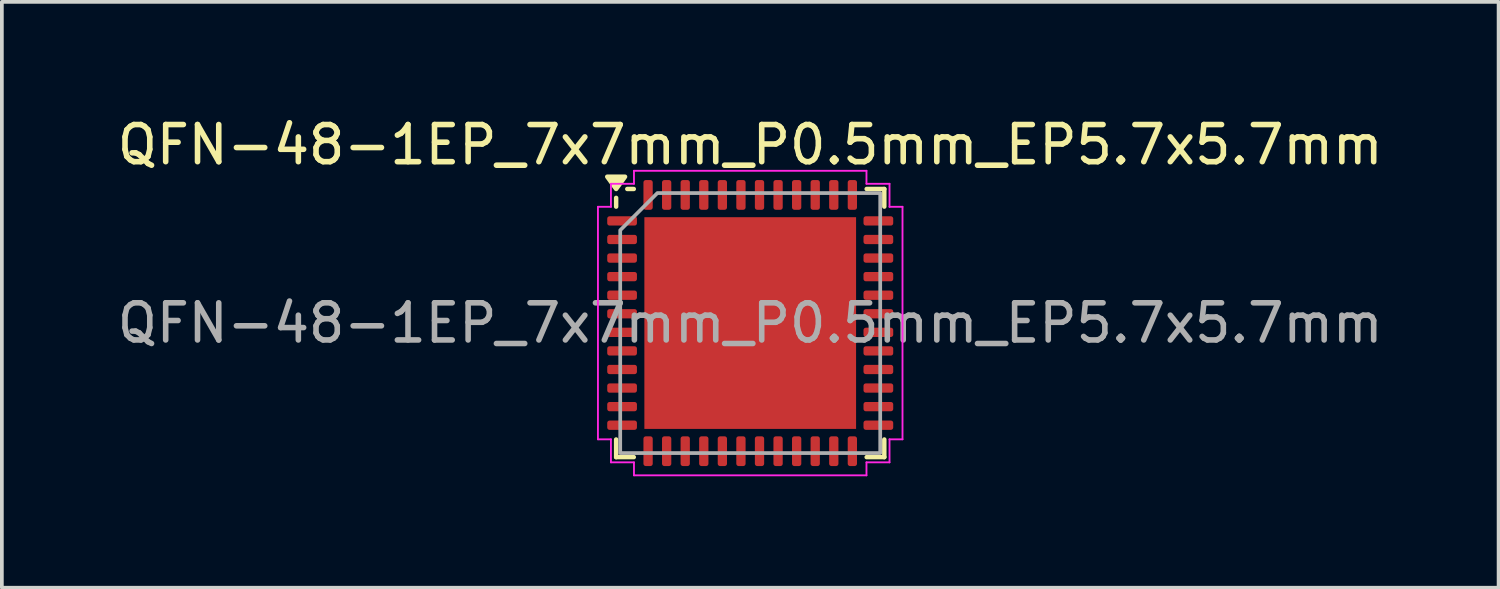
<source format=kicad_pcb>
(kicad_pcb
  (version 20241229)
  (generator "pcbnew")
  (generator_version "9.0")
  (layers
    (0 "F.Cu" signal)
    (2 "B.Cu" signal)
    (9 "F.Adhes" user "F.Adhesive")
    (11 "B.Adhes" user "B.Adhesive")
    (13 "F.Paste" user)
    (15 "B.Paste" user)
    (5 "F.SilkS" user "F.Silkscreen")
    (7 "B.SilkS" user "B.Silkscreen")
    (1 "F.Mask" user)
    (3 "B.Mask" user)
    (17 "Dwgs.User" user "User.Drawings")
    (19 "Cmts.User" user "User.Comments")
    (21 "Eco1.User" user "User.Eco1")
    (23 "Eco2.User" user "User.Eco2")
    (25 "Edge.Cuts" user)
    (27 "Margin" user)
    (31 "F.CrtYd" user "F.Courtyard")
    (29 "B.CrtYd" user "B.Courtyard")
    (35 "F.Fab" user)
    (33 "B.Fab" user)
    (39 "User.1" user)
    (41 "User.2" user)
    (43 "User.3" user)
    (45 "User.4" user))
  (footprint "QFN-48-1EP_7x7mm_P0.5mm_EP5.7x5.7mm"
    (layer "F.Cu")
    (at 17.149 5.648)
    (property "Reference" "QFN-48-1EP_7x7mm_P0.5mm_EP5.7x5.7mm" (at 0 -4.8 0) (layer "F.SilkS") (effects (font (size 1 1) (thickness 0.15))))
    (attr smd)
    (fp_line (start -3.61 -3.135) (end -3.61 -3.37) (stroke (width 0.12) (type solid)) (layer "F.SilkS"))
    (fp_line (start -3.61 3.61) (end -3.61 3.135) (stroke (width 0.12) (type solid)) (layer "F.SilkS"))
    (fp_line (start -3.135 -3.61) (end -3.31 -3.61) (stroke (width 0.12) (type solid)) (layer "F.SilkS"))
    (fp_line (start -3.135 3.61) (end -3.61 3.61) (stroke (width 0.12) (type solid)) (layer "F.SilkS"))
    (fp_line (start 3.135 -3.61) (end 3.61 -3.61) (stroke (width 0.12) (type solid)) (layer "F.SilkS"))
    (fp_line (start 3.135 3.61) (end 3.61 3.61) (stroke (width 0.12) (type solid)) (layer "F.SilkS"))
    (fp_line (start 3.61 -3.61) (end 3.61 -3.135) (stroke (width 0.12) (type solid)) (layer "F.SilkS"))
    (fp_line (start 3.61 3.61) (end 3.61 3.135) (stroke (width 0.12) (type solid)) (layer "F.SilkS"))
    (fp_poly (pts (xy -3.61 -3.61) (xy -3.85 -3.94) (xy -3.37 -3.94)) (stroke (width 0.12) (type solid)) (fill yes) (layer "F.SilkS"))
    (fp_line (start -4.1 -3.13) (end -3.75 -3.13) (stroke (width 0.05) (type solid)) (layer "F.CrtYd"))
    (fp_line (start -4.1 3.13) (end -4.1 -3.13) (stroke (width 0.05) (type solid)) (layer "F.CrtYd"))
    (fp_line (start -3.75 -3.75) (end -3.13 -3.75) (stroke (width 0.05) (type solid)) (layer "F.CrtYd"))
    (fp_line (start -3.75 -3.13) (end -3.75 -3.75) (stroke (width 0.05) (type solid)) (layer "F.CrtYd"))
    (fp_line (start -3.75 3.13) (end -4.1 3.13) (stroke (width 0.05) (type solid)) (layer "F.CrtYd"))
    (fp_line (start -3.75 3.75) (end -3.75 3.13) (stroke (width 0.05) (type solid)) (layer "F.CrtYd"))
    (fp_line (start -3.13 -4.1) (end 3.13 -4.1) (stroke (width 0.05) (type solid)) (layer "F.CrtYd"))
    (fp_line (start -3.13 -3.75) (end -3.13 -4.1) (stroke (width 0.05) (type solid)) (layer "F.CrtYd"))
    (fp_line (start -3.13 3.75) (end -3.75 3.75) (stroke (width 0.05) (type solid)) (layer "F.CrtYd"))
    (fp_line (start -3.13 4.1) (end -3.13 3.75) (stroke (width 0.05) (type solid)) (layer "F.CrtYd"))
    (fp_line (start 3.13 -4.1) (end 3.13 -3.75) (stroke (width 0.05) (type solid)) (layer "F.CrtYd"))
    (fp_line (start 3.13 -3.75) (end 3.75 -3.75) (stroke (width 0.05) (type solid)) (layer "F.CrtYd"))
    (fp_line (start 3.13 3.75) (end 3.13 4.1) (stroke (width 0.05) (type solid)) (layer "F.CrtYd"))
    (fp_line (start 3.13 4.1) (end -3.13 4.1) (stroke (width 0.05) (type solid)) (layer "F.CrtYd"))
    (fp_line (start 3.75 -3.75) (end 3.75 -3.13) (stroke (width 0.05) (type solid)) (layer "F.CrtYd"))
    (fp_line (start 3.75 -3.13) (end 4.1 -3.13) (stroke (width 0.05) (type solid)) (layer "F.CrtYd"))
    (fp_line (start 3.75 3.13) (end 3.75 3.75) (stroke (width 0.05) (type solid)) (layer "F.CrtYd"))
    (fp_line (start 3.75 3.75) (end 3.13 3.75) (stroke (width 0.05) (type solid)) (layer "F.CrtYd"))
    (fp_line (start 4.1 -3.13) (end 4.1 3.13) (stroke (width 0.05) (type solid)) (layer "F.CrtYd"))
    (fp_line (start 4.1 3.13) (end 3.75 3.13) (stroke (width 0.05) (type solid)) (layer "F.CrtYd"))
    (fp_poly (pts (xy -3.5 -2.5) (xy -3.5 3.5) (xy 3.5 3.5) (xy 3.5 -3.5) (xy -2.5 -3.5)) (stroke (width 0.1) (type solid)) (fill no) (layer "F.Fab"))
    (fp_text user "${REFERENCE}" (at 0 0 0) (layer "F.Fab") (effects (font (size 1 1) (thickness 0.15))))
    (pad "" smd roundrect (at -2.13 -2.13) (size 1.15 1.15) (layers "F.Paste") (roundrect_rratio 0.217))
    (pad "" smd roundrect (at -2.13 -0.71) (size 1.15 1.15) (layers "F.Paste") (roundrect_rratio 0.217))
    (pad "" smd roundrect (at -2.13 0.71) (size 1.15 1.15) (layers "F.Paste") (roundrect_rratio 0.217))
    (pad "" smd roundrect (at -2.13 2.13) (size 1.15 1.15) (layers "F.Paste") (roundrect_rratio 0.217))
    (pad "" smd roundrect (at -0.71 -2.13) (size 1.15 1.15) (layers "F.Paste") (roundrect_rratio 0.217))
    (pad "" smd roundrect (at -0.71 -0.71) (size 1.15 1.15) (layers "F.Paste") (roundrect_rratio 0.217))
    (pad "" smd roundrect (at -0.71 0.71) (size 1.15 1.15) (layers "F.Paste") (roundrect_rratio 0.217))
    (pad "" smd roundrect (at -0.71 2.13) (size 1.15 1.15) (layers "F.Paste") (roundrect_rratio 0.217))
    (pad "" smd roundrect (at 0.71 -2.13) (size 1.15 1.15) (layers "F.Paste") (roundrect_rratio 0.217))
    (pad "" smd roundrect (at 0.71 -0.71) (size 1.15 1.15) (layers "F.Paste") (roundrect_rratio 0.217))
    (pad "" smd roundrect (at 0.71 0.71) (size 1.15 1.15) (layers "F.Paste") (roundrect_rratio 0.217))
    (pad "" smd roundrect (at 0.71 2.13) (size 1.15 1.15) (layers "F.Paste") (roundrect_rratio 0.217))
    (pad "" smd roundrect (at 2.13 -2.13) (size 1.15 1.15) (layers "F.Paste") (roundrect_rratio 0.217))
    (pad "" smd roundrect (at 2.13 -0.71) (size 1.15 1.15) (layers "F.Paste") (roundrect_rratio 0.217))
    (pad "" smd roundrect (at 2.13 0.71) (size 1.15 1.15) (layers "F.Paste") (roundrect_rratio 0.217))
    (pad "" smd roundrect (at 2.13 2.13) (size 1.15 1.15) (layers "F.Paste") (roundrect_rratio 0.217))
    (pad "1" smd roundrect (at -3.45 -2.75) (size 0.8 0.25) (layers "F.Cu" "F.Mask" "F.Paste") (roundrect_rratio 0.25))
    (pad "2" smd roundrect (at -3.45 -2.25) (size 0.8 0.25) (layers "F.Cu" "F.Mask" "F.Paste") (roundrect_rratio 0.25))
    (pad "3" smd roundrect (at -3.45 -1.75) (size 0.8 0.25) (layers "F.Cu" "F.Mask" "F.Paste") (roundrect_rratio 0.25))
    (pad "4" smd roundrect (at -3.45 -1.25) (size 0.8 0.25) (layers "F.Cu" "F.Mask" "F.Paste") (roundrect_rratio 0.25))
    (pad "5" smd roundrect (at -3.45 -0.75) (size 0.8 0.25) (layers "F.Cu" "F.Mask" "F.Paste") (roundrect_rratio 0.25))
    (pad "6" smd roundrect (at -3.45 -0.25) (size 0.8 0.25) (layers "F.Cu" "F.Mask" "F.Paste") (roundrect_rratio 0.25))
    (pad "7" smd roundrect (at -3.45 0.25) (size 0.8 0.25) (layers "F.Cu" "F.Mask" "F.Paste") (roundrect_rratio 0.25))
    (pad "8" smd roundrect (at -3.45 0.75) (size 0.8 0.25) (layers "F.Cu" "F.Mask" "F.Paste") (roundrect_rratio 0.25))
    (pad "9" smd roundrect (at -3.45 1.25) (size 0.8 0.25) (layers "F.Cu" "F.Mask" "F.Paste") (roundrect_rratio 0.25))
    (pad "10" smd roundrect (at -3.45 1.75) (size 0.8 0.25) (layers "F.Cu" "F.Mask" "F.Paste") (roundrect_rratio 0.25))
    (pad "11" smd roundrect (at -3.45 2.25) (size 0.8 0.25) (layers "F.Cu" "F.Mask" "F.Paste") (roundrect_rratio 0.25))
    (pad "12" smd roundrect (at -3.45 2.75) (size 0.8 0.25) (layers "F.Cu" "F.Mask" "F.Paste") (roundrect_rratio 0.25))
    (pad "13" smd roundrect (at -2.75 3.45) (size 0.25 0.8) (layers "F.Cu" "F.Mask" "F.Paste") (roundrect_rratio 0.25))
    (pad "14" smd roundrect (at -2.25 3.45) (size 0.25 0.8) (layers "F.Cu" "F.Mask" "F.Paste") (roundrect_rratio 0.25))
    (pad "15" smd roundrect (at -1.75 3.45) (size 0.25 0.8) (layers "F.Cu" "F.Mask" "F.Paste") (roundrect_rratio 0.25))
    (pad "16" smd roundrect (at -1.25 3.45) (size 0.25 0.8) (layers "F.Cu" "F.Mask" "F.Paste") (roundrect_rratio 0.25))
    (pad "17" smd roundrect (at -0.75 3.45) (size 0.25 0.8) (layers "F.Cu" "F.Mask" "F.Paste") (roundrect_rratio 0.25))
    (pad "18" smd roundrect (at -0.25 3.45) (size 0.25 0.8) (layers "F.Cu" "F.Mask" "F.Paste") (roundrect_rratio 0.25))
    (pad "19" smd roundrect (at 0.25 3.45) (size 0.25 0.8) (layers "F.Cu" "F.Mask" "F.Paste") (roundrect_rratio 0.25))
    (pad "20" smd roundrect (at 0.75 3.45) (size 0.25 0.8) (layers "F.Cu" "F.Mask" "F.Paste") (roundrect_rratio 0.25))
    (pad "21" smd roundrect (at 1.25 3.45) (size 0.25 0.8) (layers "F.Cu" "F.Mask" "F.Paste") (roundrect_rratio 0.25))
    (pad "22" smd roundrect (at 1.75 3.45) (size 0.25 0.8) (layers "F.Cu" "F.Mask" "F.Paste") (roundrect_rratio 0.25))
    (pad "23" smd roundrect (at 2.25 3.45) (size 0.25 0.8) (layers "F.Cu" "F.Mask" "F.Paste") (roundrect_rratio 0.25))
    (pad "24" smd roundrect (at 2.75 3.45) (size 0.25 0.8) (layers "F.Cu" "F.Mask" "F.Paste") (roundrect_rratio 0.25))
    (pad "25" smd roundrect (at 3.45 2.75) (size 0.8 0.25) (layers "F.Cu" "F.Mask" "F.Paste") (roundrect_rratio 0.25))
    (pad "26" smd roundrect (at 3.45 2.25) (size 0.8 0.25) (layers "F.Cu" "F.Mask" "F.Paste") (roundrect_rratio 0.25))
    (pad "27" smd roundrect (at 3.45 1.75) (size 0.8 0.25) (layers "F.Cu" "F.Mask" "F.Paste") (roundrect_rratio 0.25))
    (pad "28" smd roundrect (at 3.45 1.25) (size 0.8 0.25) (layers "F.Cu" "F.Mask" "F.Paste") (roundrect_rratio 0.25))
    (pad "29" smd roundrect (at 3.45 0.75) (size 0.8 0.25) (layers "F.Cu" "F.Mask" "F.Paste") (roundrect_rratio 0.25))
    (pad "30" smd roundrect (at 3.45 0.25) (size 0.8 0.25) (layers "F.Cu" "F.Mask" "F.Paste") (roundrect_rratio 0.25))
    (pad "31" smd roundrect (at 3.45 -0.25) (size 0.8 0.25) (layers "F.Cu" "F.Mask" "F.Paste") (roundrect_rratio 0.25))
    (pad "32" smd roundrect (at 3.45 -0.75) (size 0.8 0.25) (layers "F.Cu" "F.Mask" "F.Paste") (roundrect_rratio 0.25))
    (pad "33" smd roundrect (at 3.45 -1.25) (size 0.8 0.25) (layers "F.Cu" "F.Mask" "F.Paste") (roundrect_rratio 0.25))
    (pad "34" smd roundrect (at 3.45 -1.75) (size 0.8 0.25) (layers "F.Cu" "F.Mask" "F.Paste") (roundrect_rratio 0.25))
    (pad "35" smd roundrect (at 3.45 -2.25) (size 0.8 0.25) (layers "F.Cu" "F.Mask" "F.Paste") (roundrect_rratio 0.25))
    (pad "36" smd roundrect (at 3.45 -2.75) (size 0.8 0.25) (layers "F.Cu" "F.Mask" "F.Paste") (roundrect_rratio 0.25))
    (pad "37" smd roundrect (at 2.75 -3.45) (size 0.25 0.8) (layers "F.Cu" "F.Mask" "F.Paste") (roundrect_rratio 0.25))
    (pad "38" smd roundrect (at 2.25 -3.45) (size 0.25 0.8) (layers "F.Cu" "F.Mask" "F.Paste") (roundrect_rratio 0.25))
    (pad "39" smd roundrect (at 1.75 -3.45) (size 0.25 0.8) (layers "F.Cu" "F.Mask" "F.Paste") (roundrect_rratio 0.25))
    (pad "40" smd roundrect (at 1.25 -3.45) (size 0.25 0.8) (layers "F.Cu" "F.Mask" "F.Paste") (roundrect_rratio 0.25))
    (pad "41" smd roundrect (at 0.75 -3.45) (size 0.25 0.8) (layers "F.Cu" "F.Mask" "F.Paste") (roundrect_rratio 0.25))
    (pad "42" smd roundrect (at 0.25 -3.45) (size 0.25 0.8) (layers "F.Cu" "F.Mask" "F.Paste") (roundrect_rratio 0.25))
    (pad "43" smd roundrect (at -0.25 -3.45) (size 0.25 0.8) (layers "F.Cu" "F.Mask" "F.Paste") (roundrect_rratio 0.25))
    (pad "44" smd roundrect (at -0.75 -3.45) (size 0.25 0.8) (layers "F.Cu" "F.Mask" "F.Paste") (roundrect_rratio 0.25))
    (pad "45" smd roundrect (at -1.25 -3.45) (size 0.25 0.8) (layers "F.Cu" "F.Mask" "F.Paste") (roundrect_rratio 0.25))
    (pad "46" smd roundrect (at -1.75 -3.45) (size 0.25 0.8) (layers "F.Cu" "F.Mask" "F.Paste") (roundrect_rratio 0.25))
    (pad "47" smd roundrect (at -2.25 -3.45) (size 0.25 0.8) (layers "F.Cu" "F.Mask" "F.Paste") (roundrect_rratio 0.25))
    (pad "48" smd roundrect (at -2.75 -3.45) (size 0.25 0.8) (layers "F.Cu" "F.Mask" "F.Paste") (roundrect_rratio 0.25))
    (pad "49" smd rect (at 0 0) (size 5.7 5.7) (property pad_prop_heatsink) (layers "F.Cu" "F.Mask")))
  (gr_rect
    (start -3 -3)
    (end 37.298 12.773)
    (stroke (width 0.1) (type default))
    (fill no)
    (layer "Edge.Cuts")))
</source>
